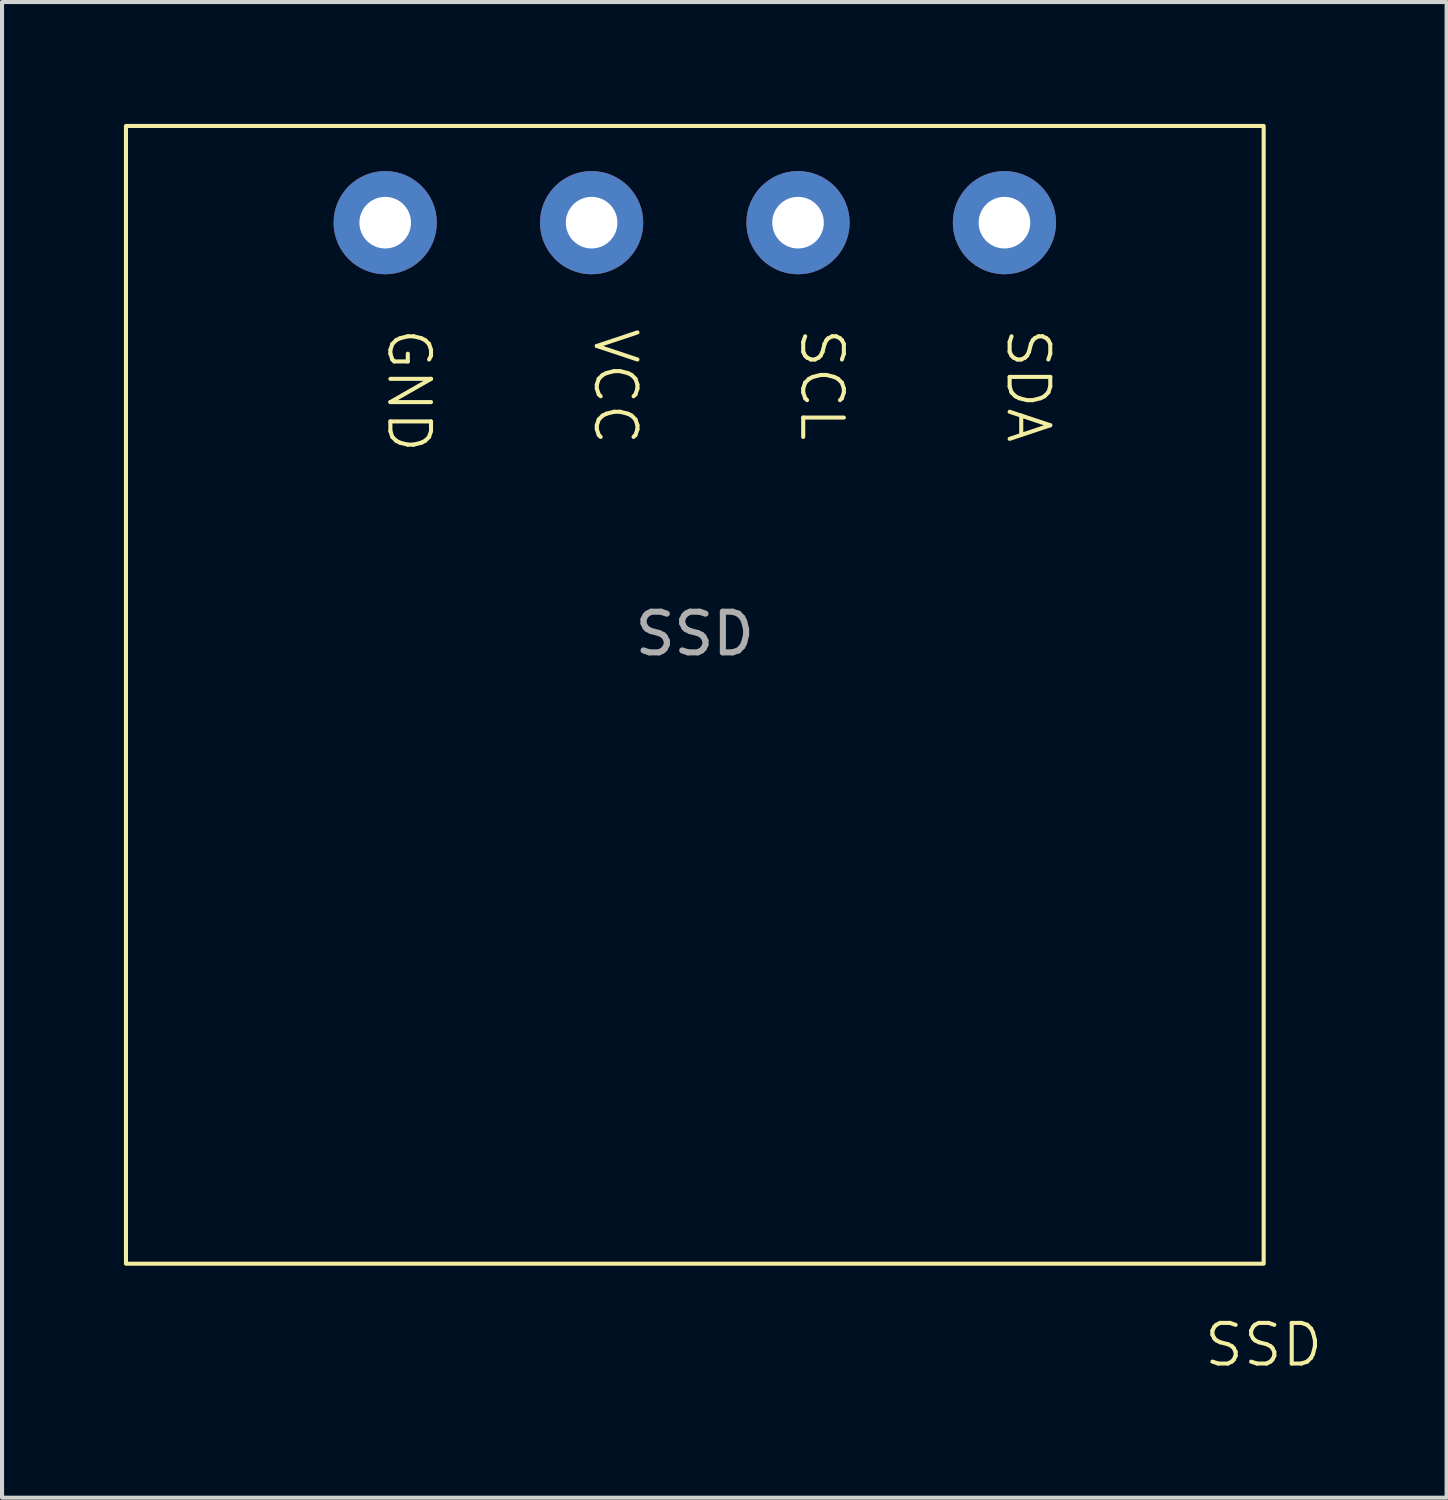
<source format=kicad_pcb>
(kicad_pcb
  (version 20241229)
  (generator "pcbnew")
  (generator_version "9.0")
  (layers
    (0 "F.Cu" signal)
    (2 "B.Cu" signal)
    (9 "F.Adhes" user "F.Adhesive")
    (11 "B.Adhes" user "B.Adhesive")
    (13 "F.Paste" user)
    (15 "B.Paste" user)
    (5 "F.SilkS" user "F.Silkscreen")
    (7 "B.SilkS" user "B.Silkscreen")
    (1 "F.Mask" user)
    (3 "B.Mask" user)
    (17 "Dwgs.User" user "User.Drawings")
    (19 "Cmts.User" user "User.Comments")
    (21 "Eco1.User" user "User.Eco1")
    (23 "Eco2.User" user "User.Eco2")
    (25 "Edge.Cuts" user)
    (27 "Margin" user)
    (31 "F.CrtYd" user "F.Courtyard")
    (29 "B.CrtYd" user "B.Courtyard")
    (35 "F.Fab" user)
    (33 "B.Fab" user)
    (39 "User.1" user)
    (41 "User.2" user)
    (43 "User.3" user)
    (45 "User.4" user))
  (footprint "SSD"
    (layer "F.Cu")
    (at 14.05 10.05)
    (property "Reference" "SSD" (at 14 20 0) (unlocked yes) (layer "F.SilkS") (effects (font (size 1 1) (thickness 0.1))))
    (attr through_hole)
    (fp_rect (start -14 -10) (end 14 18) (stroke (width 0.1) (type default)) (fill no) (layer "F.SilkS"))
    (fp_text user "SCL" (at 2.54 -5.08 270) (unlocked yes) (layer "F.SilkS") (effects (font (size 1 1) (thickness 0.1)) (justify left bottom)))
    (fp_text user "GND" (at -7.62 -5.08 270) (unlocked yes) (layer "F.SilkS") (effects (font (size 1 1) (thickness 0.1)) (justify left bottom)))
    (fp_text user "SDA" (at 7.62 -5.08 270) (unlocked yes) (layer "F.SilkS") (effects (font (size 1 1) (thickness 0.1)) (justify left bottom)))
    (fp_text user "VCC" (at -2.54 -5.08 270) (unlocked yes) (layer "F.SilkS") (effects (font (size 1 1) (thickness 0.1)) (justify left bottom)))
    (fp_text user "${REFERENCE}" (at 0 2.5 0) (unlocked yes) (layer "F.Fab") (effects (font (size 1 1) (thickness 0.15))))
    (pad "1" thru_hole circle (at -7.62 -7.62) (size 2.54 2.54) (drill 1.27) (layers "*.Cu" "*.Mask"))
    (pad "2" thru_hole circle (at -2.54 -7.62) (size 2.54 2.54) (drill 1.27) (layers "*.Cu" "*.Mask"))
    (pad "3" thru_hole circle (at 2.54 -7.62) (size 2.54 2.54) (drill 1.27) (layers "*.Cu" "*.Mask"))
    (pad "4" thru_hole circle (at 7.62 -7.62) (size 2.54 2.54) (drill 1.27) (layers "*.Cu" "*.Mask"))
    (zone (net_name "") (layer "F.SilkS") (hatch edge 0.5) (connect_pads) (min_thickness 0.25) (filled_areas_thickness no) (keepout (tracks allowed) (vias allowed) (pads not_allowed) (copperpour allowed) (footprints not_allowed)) (placement (enabled no)) (fill) (polygon (pts (xy 0.05 0.05) (xy 28.05 0.05) (xy 28.05 28.05) (xy 0.05 28.05)))))
  (gr_rect
    (start -3 -3)
    (end 32.552 33.81)
    (stroke (width 0.1) (type default))
    (fill no)
    (layer "Edge.Cuts")))
</source>
